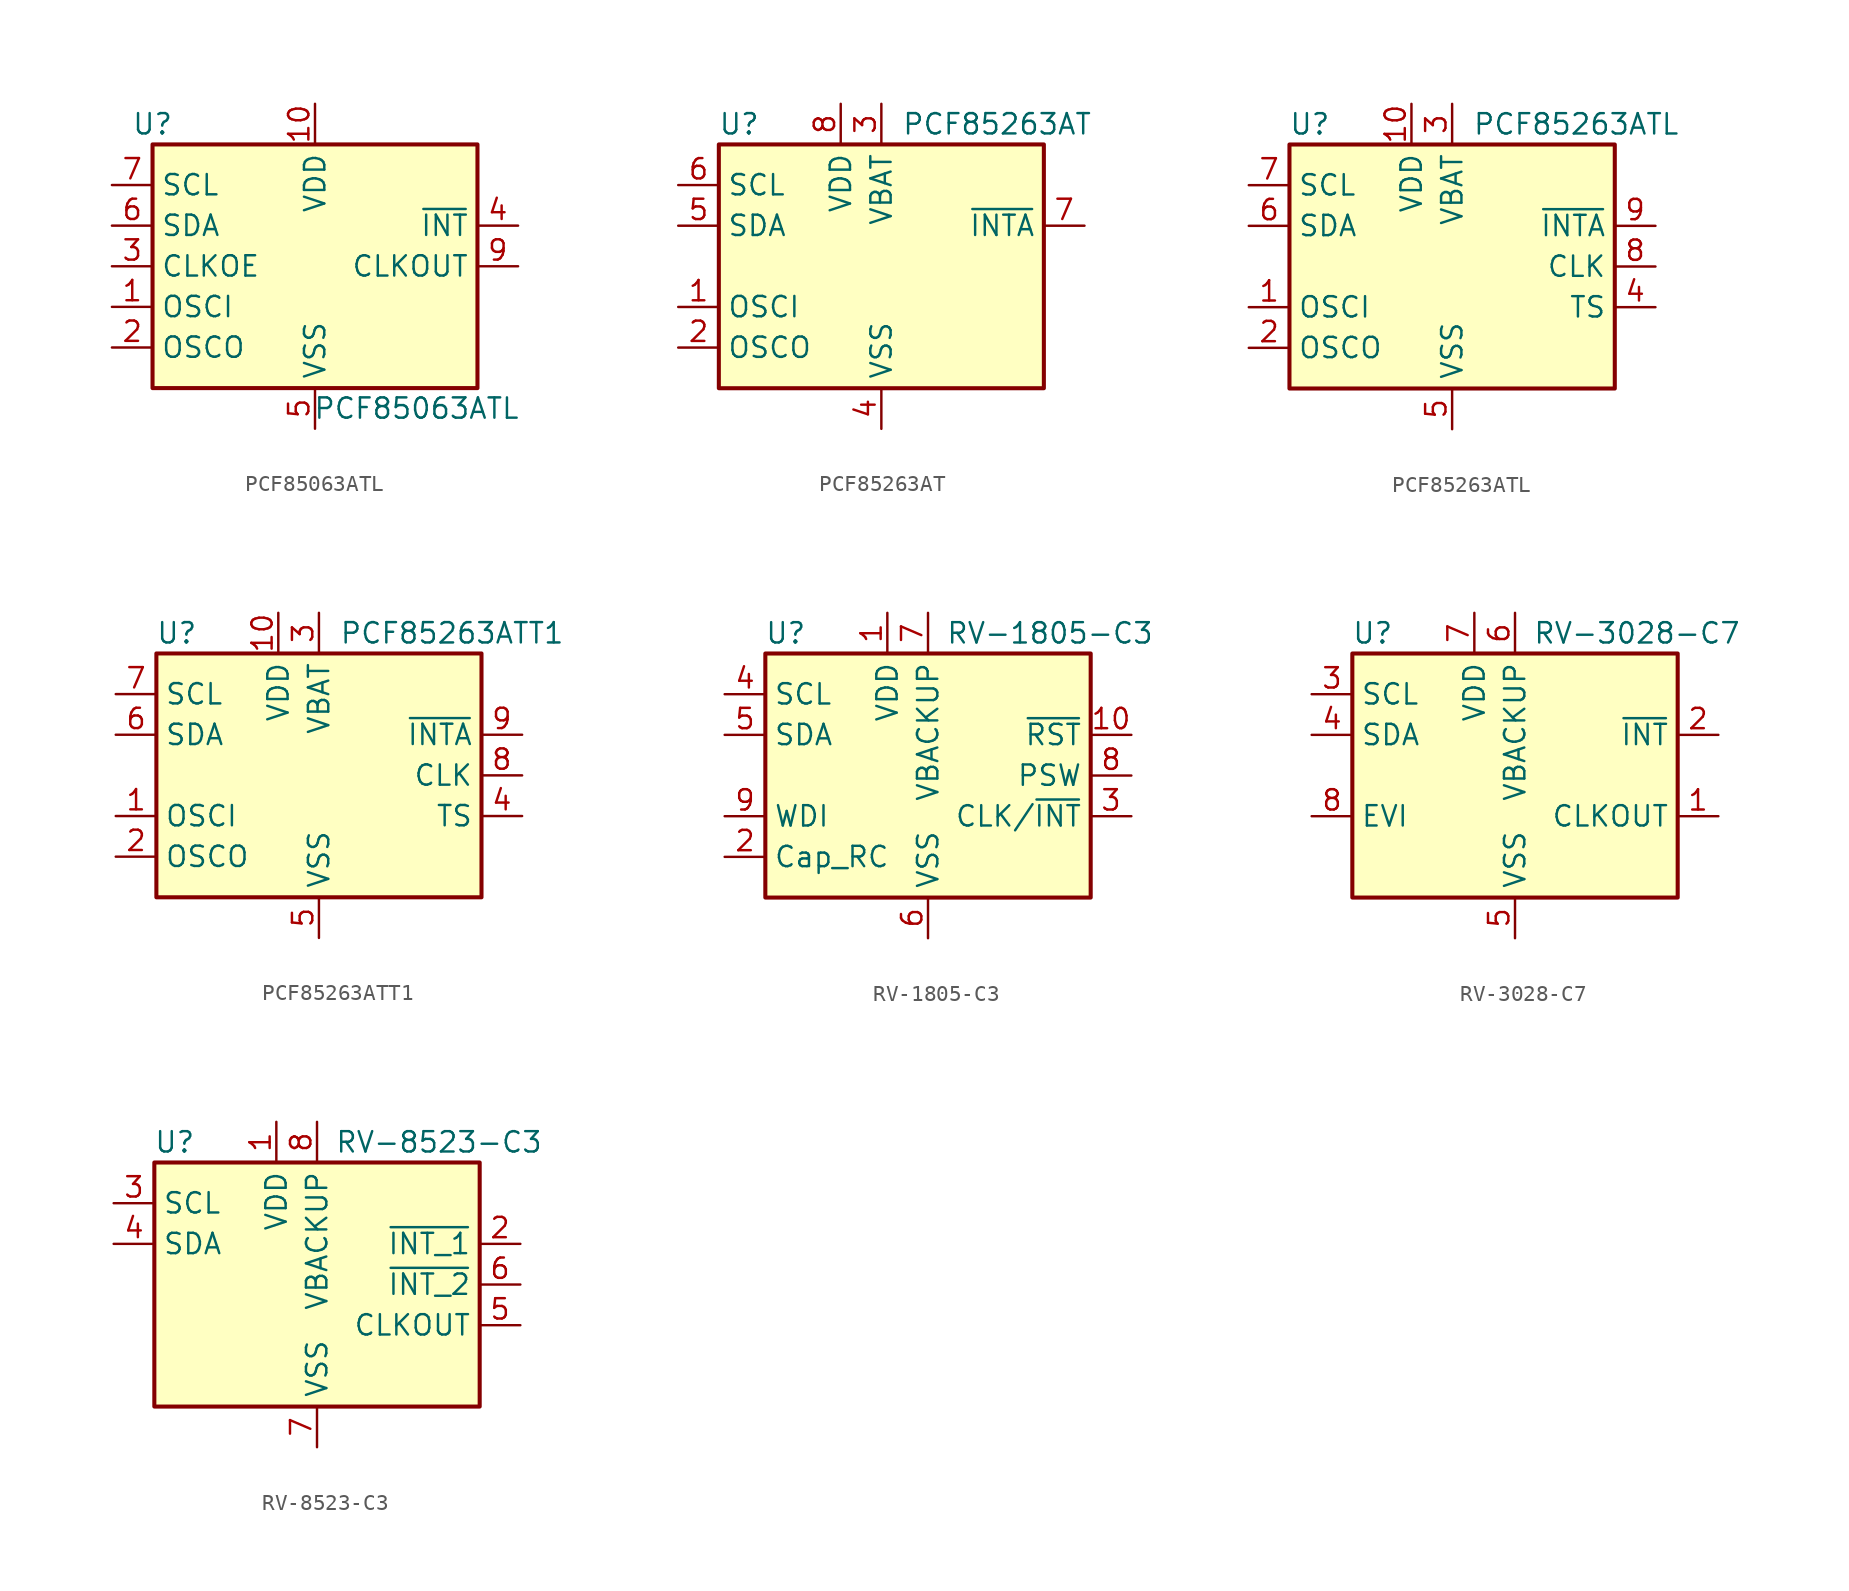
<source format=kicad_sym>
(kicad_symbol_lib
  (version 20241209)
  (generator "kicad_symbol_editor")
  (generator_version "9.0")
  (symbol "PCF85063ATL"
    (property "Reference" "U"
      (at -10.16 8.89 0)
      (effects (font (size 1.27 1.27))))
    (property "Value" "PCF85063ATL"
      (at 6.35 -8.89 0)
      (effects (font (size 1.27 1.27))))
    (symbol "PCF85063ATL_0_1"
      (rectangle (start -10.16 7.62) (end 10.16 -7.62) (stroke (width 0.254) (type default)) (fill (type background))))
    (symbol "PCF85063ATL_1_1"
      (pin input line (at -12.7 5.08 0) (length 2.54) (name "SCL" (effects (font (size 1.27 1.27)))) (number "7" (effects (font (size 1.27 1.27)))))
      (pin bidirectional line (at -12.7 2.54 0) (length 2.54) (name "SDA" (effects (font (size 1.27 1.27)))) (number "6" (effects (font (size 1.27 1.27)))))
      (pin input line (at -12.7 0 0) (length 2.54) (name "CLKOE" (effects (font (size 1.27 1.27)))) (number "3" (effects (font (size 1.27 1.27)))))
      (pin input line (at -12.7 -2.54 0) (length 2.54) (name "OSCI" (effects (font (size 1.27 1.27)))) (number "1" (effects (font (size 1.27 1.27)))))
      (pin output line (at -12.7 -5.08 0) (length 2.54) (name "OSCO" (effects (font (size 1.27 1.27)))) (number "2" (effects (font (size 1.27 1.27)))))
      (pin power_in line (at 0 10.16 270) (length 2.54) (name "VDD" (effects (font (size 1.27 1.27)))) (number "10" (effects (font (size 1.27 1.27)))))
      (pin power_in line (at 0 -10.16 90) (length 2.54) (name "VSS" (effects (font (size 1.27 1.27)))) (number "5" (effects (font (size 1.27 1.27)))))
      (pin no_connect line (at 10.16 5.08 180) (length 2.54) (hide yes) (name "NC" (effects (font (size 1.27 1.27)))) (number "8" (effects (font (size 1.27 1.27)))))
      (pin output line (at 12.7 2.54 180) (length 2.54) (name "~{INT}" (effects (font (size 1.27 1.27)))) (number "4" (effects (font (size 1.27 1.27)))))
      (pin output line (at 12.7 0 180) (length 2.54) (name "CLKOUT" (effects (font (size 1.27 1.27)))) (number "9" (effects (font (size 1.27 1.27)))))))
  (symbol "PCF85263AT"
    (property "Reference" "U"
      (at -8.89 8.89 0)
      (effects (font (size 1.27 1.27))))
    (property "Value" "PCF85263AT"
      (at 1.27 8.89 0)
      (effects (font (size 1.27 1.27)) (justify left)))
    (symbol "PCF85263AT_0_1"
      (rectangle (start -10.16 7.62) (end 10.16 -7.62) (stroke (width 0.254) (type default)) (fill (type background))))
    (symbol "PCF85263AT_1_1"
      (pin input line (at -12.7 5.08 0) (length 2.54) (name "SCL" (effects (font (size 1.27 1.27)))) (number "6" (effects (font (size 1.27 1.27)))))
      (pin bidirectional line (at -12.7 2.54 0) (length 2.54) (name "SDA" (effects (font (size 1.27 1.27)))) (number "5" (effects (font (size 1.27 1.27)))))
      (pin input line (at -12.7 -2.54 0) (length 2.54) (name "OSCI" (effects (font (size 1.27 1.27)))) (number "1" (effects (font (size 1.27 1.27)))))
      (pin output line (at -12.7 -5.08 0) (length 2.54) (name "OSCO" (effects (font (size 1.27 1.27)))) (number "2" (effects (font (size 1.27 1.27)))))
      (pin power_in line (at -2.54 10.16 270) (length 2.54) (name "VDD" (effects (font (size 1.27 1.27)))) (number "8" (effects (font (size 1.27 1.27)))))
      (pin power_in line (at 0 10.16 270) (length 2.54) (name "VBAT" (effects (font (size 1.27 1.27)))) (number "3" (effects (font (size 1.27 1.27)))))
      (pin power_in line (at 0 -10.16 90) (length 2.54) (name "VSS" (effects (font (size 1.27 1.27)))) (number "4" (effects (font (size 1.27 1.27)))))
      (pin open_collector line (at 12.7 2.54 180) (length 2.54) (name "~{INTA}" (effects (font (size 1.27 1.27)))) (number "7" (effects (font (size 1.27 1.27)))))))
  (symbol "PCF85263ATL"
    (property "Reference" "U"
      (at -8.89 8.89 0)
      (effects (font (size 1.27 1.27))))
    (property "Value" "PCF85263ATL"
      (at 1.27 8.89 0)
      (effects (font (size 1.27 1.27)) (justify left)))
    (symbol "PCF85263ATL_0_1"
      (rectangle (start -10.16 7.62) (end 10.16 -7.62) (stroke (width 0.254) (type default)) (fill (type background))))
    (symbol "PCF85263ATL_1_1"
      (pin input line (at -12.7 5.08 0) (length 2.54) (name "SCL" (effects (font (size 1.27 1.27)))) (number "7" (effects (font (size 1.27 1.27)))))
      (pin bidirectional line (at -12.7 2.54 0) (length 2.54) (name "SDA" (effects (font (size 1.27 1.27)))) (number "6" (effects (font (size 1.27 1.27)))))
      (pin input line (at -12.7 -2.54 0) (length 2.54) (name "OSCI" (effects (font (size 1.27 1.27)))) (number "1" (effects (font (size 1.27 1.27)))))
      (pin output line (at -12.7 -5.08 0) (length 2.54) (name "OSCO" (effects (font (size 1.27 1.27)))) (number "2" (effects (font (size 1.27 1.27)))))
      (pin power_in line (at -2.54 10.16 270) (length 2.54) (name "VDD" (effects (font (size 1.27 1.27)))) (number "10" (effects (font (size 1.27 1.27)))))
      (pin power_in line (at 0 10.16 270) (length 2.54) (name "VBAT" (effects (font (size 1.27 1.27)))) (number "3" (effects (font (size 1.27 1.27)))))
      (pin power_in line (at 0 -10.16 90) (length 2.54) (name "VSS" (effects (font (size 1.27 1.27)))) (number "5" (effects (font (size 1.27 1.27)))))
      (pin no_connect line (at 10.16 -5.08 180) (length 2.54) (hide yes) (name "PAD" (effects (font (size 1.27 1.27)))) (number "11" (effects (font (size 1.27 1.27)))))
      (pin open_collector line (at 12.7 2.54 180) (length 2.54) (name "~{INTA}" (effects (font (size 1.27 1.27)))) (number "9" (effects (font (size 1.27 1.27)))))
      (pin output line (at 12.7 0 180) (length 2.54) (name "CLK" (effects (font (size 1.27 1.27)))) (number "8" (effects (font (size 1.27 1.27)))))
      (pin bidirectional line (at 12.7 -2.54 180) (length 2.54) (name "TS" (effects (font (size 1.27 1.27)))) (number "4" (effects (font (size 1.27 1.27)))))))
  (symbol "PCF85263ATT1"
    (property "Reference" "U"
      (at -8.89 8.89 0)
      (effects (font (size 1.27 1.27))))
    (property "Value" "PCF85263ATT1"
      (at 1.27 8.89 0)
      (effects (font (size 1.27 1.27)) (justify left)))
    (symbol "PCF85263ATT1_0_1"
      (rectangle (start -10.16 7.62) (end 10.16 -7.62) (stroke (width 0.254) (type default)) (fill (type background))))
    (symbol "PCF85263ATT1_1_1"
      (pin input line (at -12.7 5.08 0) (length 2.54) (name "SCL" (effects (font (size 1.27 1.27)))) (number "7" (effects (font (size 1.27 1.27)))))
      (pin bidirectional line (at -12.7 2.54 0) (length 2.54) (name "SDA" (effects (font (size 1.27 1.27)))) (number "6" (effects (font (size 1.27 1.27)))))
      (pin input line (at -12.7 -2.54 0) (length 2.54) (name "OSCI" (effects (font (size 1.27 1.27)))) (number "1" (effects (font (size 1.27 1.27)))))
      (pin output line (at -12.7 -5.08 0) (length 2.54) (name "OSCO" (effects (font (size 1.27 1.27)))) (number "2" (effects (font (size 1.27 1.27)))))
      (pin power_in line (at -2.54 10.16 270) (length 2.54) (name "VDD" (effects (font (size 1.27 1.27)))) (number "10" (effects (font (size 1.27 1.27)))))
      (pin power_in line (at 0 10.16 270) (length 2.54) (name "VBAT" (effects (font (size 1.27 1.27)))) (number "3" (effects (font (size 1.27 1.27)))))
      (pin power_in line (at 0 -10.16 90) (length 2.54) (name "VSS" (effects (font (size 1.27 1.27)))) (number "5" (effects (font (size 1.27 1.27)))))
      (pin open_collector line (at 12.7 2.54 180) (length 2.54) (name "~{INTA}" (effects (font (size 1.27 1.27)))) (number "9" (effects (font (size 1.27 1.27)))))
      (pin output line (at 12.7 0 180) (length 2.54) (name "CLK" (effects (font (size 1.27 1.27)))) (number "8" (effects (font (size 1.27 1.27)))))
      (pin bidirectional line (at 12.7 -2.54 180) (length 2.54) (name "TS" (effects (font (size 1.27 1.27)))) (number "4" (effects (font (size 1.27 1.27)))))))
  (symbol "RV-1805-C3"
    (property "Reference" "U"
      (at -8.89 8.89 0)
      (effects (font (size 1.27 1.27))))
    (property "Value" "RV-1805-C3"
      (at 7.62 8.89 0)
      (effects (font (size 1.27 1.27))))
    (symbol "RV-1805-C3_0_1"
      (rectangle (start 10.16 7.62) (end -10.16 -7.62) (stroke (width 0.254) (type default)) (fill (type background))))
    (symbol "RV-1805-C3_1_1"
      (pin input line (at -12.7 5.08 0) (length 2.54) (name "SCL" (effects (font (size 1.27 1.27)))) (number "4" (effects (font (size 1.27 1.27)))))
      (pin bidirectional line (at -12.7 2.54 0) (length 2.54) (name "SDA" (effects (font (size 1.27 1.27)))) (number "5" (effects (font (size 1.27 1.27)))))
      (pin input line (at -12.7 -2.54 0) (length 2.54) (name "WDI" (effects (font (size 1.27 1.27)))) (number "9" (effects (font (size 1.27 1.27)))))
      (pin passive line (at -12.7 -5.08 0) (length 2.54) (name "Cap_RC" (effects (font (size 1.27 1.27)))) (number "2" (effects (font (size 1.27 1.27)))))
      (pin power_in line (at -2.54 10.16 270) (length 2.54) (name "VDD" (effects (font (size 1.27 1.27)))) (number "1" (effects (font (size 1.27 1.27)))))
      (pin power_in line (at 0 10.16 270) (length 2.54) (name "VBACKUP" (effects (font (size 1.27 1.27)))) (number "7" (effects (font (size 1.27 1.27)))))
      (pin power_in line (at 0 -10.16 90) (length 2.54) (name "VSS" (effects (font (size 1.27 1.27)))) (number "6" (effects (font (size 1.27 1.27)))))
      (pin open_collector line (at 12.7 2.54 180) (length 2.54) (name "~{RST}" (effects (font (size 1.27 1.27)))) (number "10" (effects (font (size 1.27 1.27)))))
      (pin open_collector line (at 12.7 0 180) (length 2.54) (name "PSW" (effects (font (size 1.27 1.27)))) (number "8" (effects (font (size 1.27 1.27)))))
      (pin open_collector line (at 12.7 -2.54 180) (length 2.54) (name "CLK/~{INT}" (effects (font (size 1.27 1.27)))) (number "3" (effects (font (size 1.27 1.27)))))))
  (symbol "RV-3028-C7"
    (property "Reference" "U"
      (at -8.89 8.89 0)
      (effects (font (size 1.27 1.27))))
    (property "Value" "RV-3028-C7"
      (at 7.62 8.89 0)
      (effects (font (size 1.27 1.27))))
    (symbol "RV-3028-C7_0_1"
      (rectangle (start -10.16 7.62) (end 10.16 -7.62) (stroke (width 0.254) (type default)) (fill (type background))))
    (symbol "RV-3028-C7_1_1"
      (pin input line (at -12.7 5.08 0) (length 2.54) (name "SCL" (effects (font (size 1.27 1.27)))) (number "3" (effects (font (size 1.27 1.27)))))
      (pin bidirectional line (at -12.7 2.54 0) (length 2.54) (name "SDA" (effects (font (size 1.27 1.27)))) (number "4" (effects (font (size 1.27 1.27)))))
      (pin input line (at -12.7 -2.54 0) (length 2.54) (name "EVI" (effects (font (size 1.27 1.27)))) (number "8" (effects (font (size 1.27 1.27)))))
      (pin power_in line (at -2.54 10.16 270) (length 2.54) (name "VDD" (effects (font (size 1.27 1.27)))) (number "7" (effects (font (size 1.27 1.27)))))
      (pin power_in line (at 0 10.16 270) (length 2.54) (name "VBACKUP" (effects (font (size 1.27 1.27)))) (number "6" (effects (font (size 1.27 1.27)))))
      (pin power_in line (at 0 -10.16 90) (length 2.54) (name "VSS" (effects (font (size 1.27 1.27)))) (number "5" (effects (font (size 1.27 1.27)))))
      (pin open_collector line (at 12.7 2.54 180) (length 2.54) (name "~{INT}" (effects (font (size 1.27 1.27)))) (number "2" (effects (font (size 1.27 1.27)))))
      (pin output line (at 12.7 -2.54 180) (length 2.54) (name "CLKOUT" (effects (font (size 1.27 1.27)))) (number "1" (effects (font (size 1.27 1.27)))))))
  (symbol "RV-8523-C3"
    (property "Reference" "U"
      (at -8.89 8.89 0)
      (effects (font (size 1.27 1.27))))
    (property "Value" "RV-8523-C3"
      (at 7.62 8.89 0)
      (effects (font (size 1.27 1.27))))
    (symbol "RV-8523-C3_0_1"
      (rectangle (start 10.16 7.62) (end -10.16 -7.62) (stroke (width 0.254) (type default)) (fill (type background))))
    (symbol "RV-8523-C3_1_1"
      (pin input line (at -12.7 5.08 0) (length 2.54) (name "SCL" (effects (font (size 1.27 1.27)))) (number "3" (effects (font (size 1.27 1.27)))))
      (pin bidirectional line (at -12.7 2.54 0) (length 2.54) (name "SDA" (effects (font (size 1.27 1.27)))) (number "4" (effects (font (size 1.27 1.27)))))
      (pin no_connect line (at -10.16 -2.54 0) (length 2.54) (hide yes) (name "NC" (effects (font (size 1.27 1.27)))) (number "9" (effects (font (size 1.27 1.27)))))
      (pin no_connect line (at -10.16 -5.08 0) (length 2.54) (hide yes) (name "NC" (effects (font (size 1.27 1.27)))) (number "10" (effects (font (size 1.27 1.27)))))
      (pin power_in line (at -2.54 10.16 270) (length 2.54) (name "VDD" (effects (font (size 1.27 1.27)))) (number "1" (effects (font (size 1.27 1.27)))))
      (pin power_in line (at 0 10.16 270) (length 2.54) (name "VBACKUP" (effects (font (size 1.27 1.27)))) (number "8" (effects (font (size 1.27 1.27)))))
      (pin power_in line (at 0 -10.16 90) (length 2.54) (name "VSS" (effects (font (size 1.27 1.27)))) (number "7" (effects (font (size 1.27 1.27)))))
      (pin open_collector line (at 12.7 2.54 180) (length 2.54) (name "~{INT_1}" (effects (font (size 1.27 1.27)))) (number "2" (effects (font (size 1.27 1.27)))))
      (pin open_collector line (at 12.7 0 180) (length 2.54) (name "~{INT_2}" (effects (font (size 1.27 1.27)))) (number "6" (effects (font (size 1.27 1.27)))))
      (pin open_collector line (at 12.7 -2.54 180) (length 2.54) (name "CLKOUT" (effects (font (size 1.27 1.27)))) (number "5" (effects (font (size 1.27 1.27))))))))
</source>
